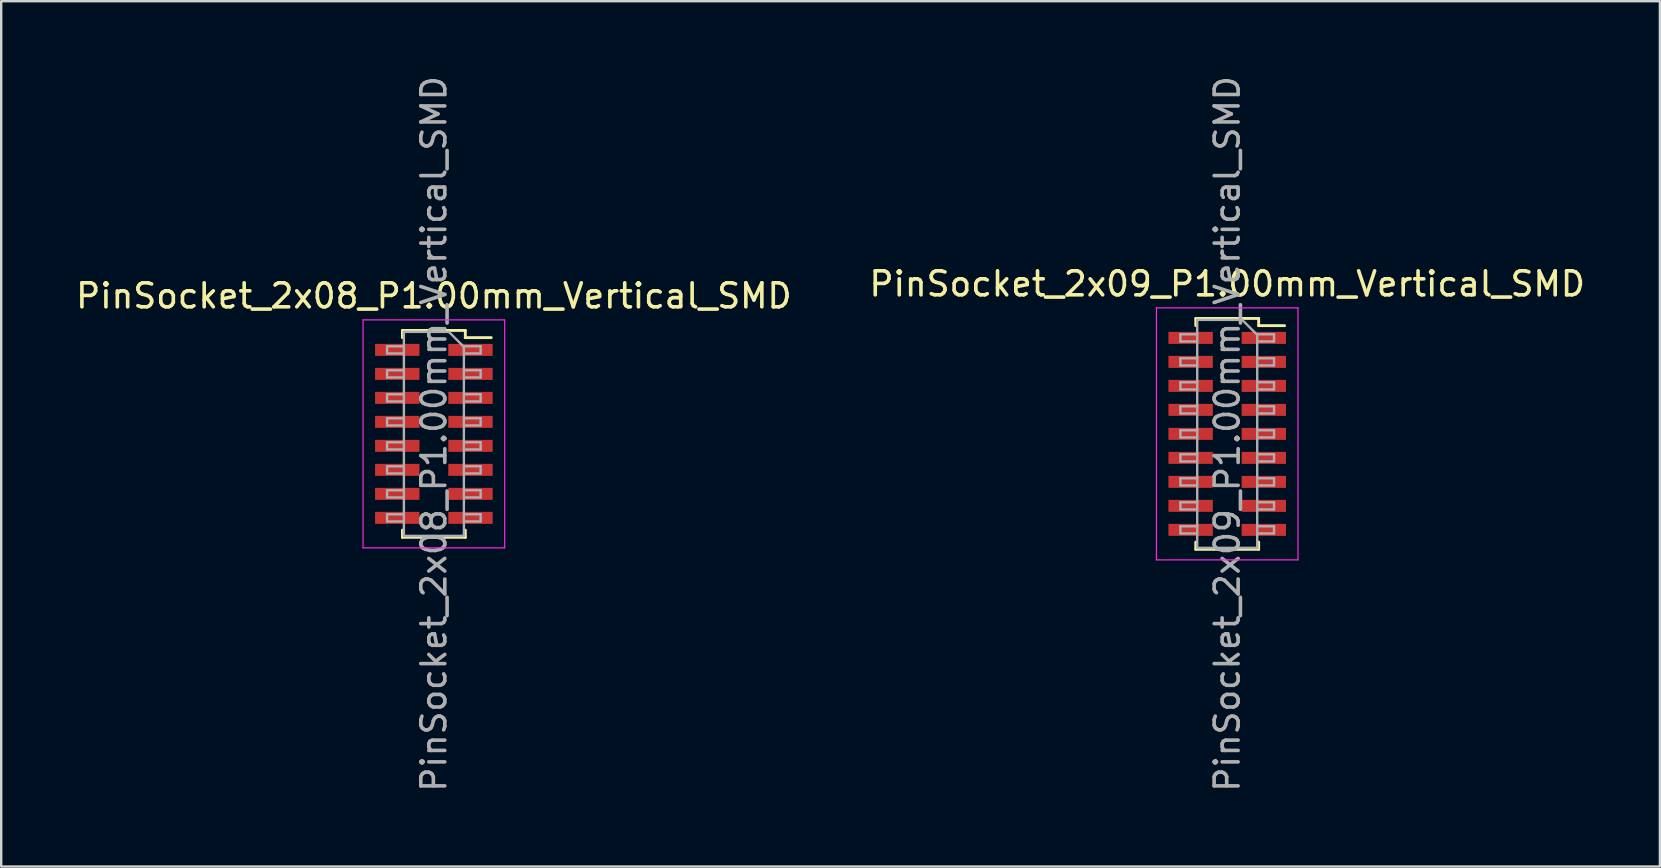
<source format=kicad_pcb>
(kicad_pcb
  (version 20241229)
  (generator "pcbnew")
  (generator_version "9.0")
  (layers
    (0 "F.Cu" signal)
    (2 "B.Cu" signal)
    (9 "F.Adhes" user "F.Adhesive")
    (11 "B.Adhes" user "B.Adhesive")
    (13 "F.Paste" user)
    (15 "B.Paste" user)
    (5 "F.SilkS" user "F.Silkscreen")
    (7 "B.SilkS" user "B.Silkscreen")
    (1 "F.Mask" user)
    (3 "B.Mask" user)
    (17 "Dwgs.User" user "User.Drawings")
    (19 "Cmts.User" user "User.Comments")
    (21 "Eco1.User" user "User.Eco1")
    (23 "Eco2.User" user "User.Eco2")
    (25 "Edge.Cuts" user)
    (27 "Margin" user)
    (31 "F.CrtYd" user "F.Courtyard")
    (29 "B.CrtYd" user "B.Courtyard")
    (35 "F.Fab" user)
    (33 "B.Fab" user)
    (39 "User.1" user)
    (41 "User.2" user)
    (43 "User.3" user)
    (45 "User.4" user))
  (footprint "PinSocket_2x09_P1.00mm_Vertical_SMD"
    (layer "F.Cu")
    (at 48.089 15.03)
    (property "Reference" "PinSocket_2x09_P1.00mm_Vertical_SMD" (at 0 -6.25 0) (layer "F.SilkS") (effects (font (size 1 1) (thickness 0.15))))
    (attr smd)
    (fp_line (start -1.31 -4.81) (end -1.31 -4.51) (stroke (width 0.12) (type solid)) (layer "F.SilkS"))
    (fp_line (start -1.31 -4.81) (end 1.31 -4.81) (stroke (width 0.12) (type solid)) (layer "F.SilkS"))
    (fp_line (start -1.31 4.51) (end -1.31 4.81) (stroke (width 0.12) (type solid)) (layer "F.SilkS"))
    (fp_line (start -1.31 4.81) (end 1.31 4.81) (stroke (width 0.12) (type solid)) (layer "F.SilkS"))
    (fp_line (start 1.31 -4.81) (end 1.31 -4.51) (stroke (width 0.12) (type solid)) (layer "F.SilkS"))
    (fp_line (start 1.31 -4.51) (end 2.39 -4.51) (stroke (width 0.12) (type solid)) (layer "F.SilkS"))
    (fp_line (start 1.31 4.51) (end 1.31 4.81) (stroke (width 0.12) (type solid)) (layer "F.SilkS"))
    (fp_line (start -2.95 -5.25) (end 2.95 -5.25) (stroke (width 0.05) (type solid)) (layer "F.CrtYd"))
    (fp_line (start -2.95 5.25) (end -2.95 -5.25) (stroke (width 0.05) (type solid)) (layer "F.CrtYd"))
    (fp_line (start 2.95 -5.25) (end 2.95 5.25) (stroke (width 0.05) (type solid)) (layer "F.CrtYd"))
    (fp_line (start 2.95 5.25) (end -2.95 5.25) (stroke (width 0.05) (type solid)) (layer "F.CrtYd"))
    (fp_line (start -1.95 -4.15) (end -1.25 -4.15) (stroke (width 0.1) (type solid)) (layer "F.Fab"))
    (fp_line (start -1.95 -3.85) (end -1.95 -4.15) (stroke (width 0.1) (type solid)) (layer "F.Fab"))
    (fp_line (start -1.95 -3.15) (end -1.25 -3.15) (stroke (width 0.1) (type solid)) (layer "F.Fab"))
    (fp_line (start -1.95 -2.85) (end -1.95 -3.15) (stroke (width 0.1) (type solid)) (layer "F.Fab"))
    (fp_line (start -1.95 -2.15) (end -1.25 -2.15) (stroke (width 0.1) (type solid)) (layer "F.Fab"))
    (fp_line (start -1.95 -1.85) (end -1.95 -2.15) (stroke (width 0.1) (type solid)) (layer "F.Fab"))
    (fp_line (start -1.95 -1.15) (end -1.25 -1.15) (stroke (width 0.1) (type solid)) (layer "F.Fab"))
    (fp_line (start -1.95 -0.85) (end -1.95 -1.15) (stroke (width 0.1) (type solid)) (layer "F.Fab"))
    (fp_line (start -1.95 -0.15) (end -1.25 -0.15) (stroke (width 0.1) (type solid)) (layer "F.Fab"))
    (fp_line (start -1.95 0.15) (end -1.95 -0.15) (stroke (width 0.1) (type solid)) (layer "F.Fab"))
    (fp_line (start -1.95 0.85) (end -1.25 0.85) (stroke (width 0.1) (type solid)) (layer "F.Fab"))
    (fp_line (start -1.95 1.15) (end -1.95 0.85) (stroke (width 0.1) (type solid)) (layer "F.Fab"))
    (fp_line (start -1.95 1.85) (end -1.25 1.85) (stroke (width 0.1) (type solid)) (layer "F.Fab"))
    (fp_line (start -1.95 2.15) (end -1.95 1.85) (stroke (width 0.1) (type solid)) (layer "F.Fab"))
    (fp_line (start -1.95 2.85) (end -1.25 2.85) (stroke (width 0.1) (type solid)) (layer "F.Fab"))
    (fp_line (start -1.95 3.15) (end -1.95 2.85) (stroke (width 0.1) (type solid)) (layer "F.Fab"))
    (fp_line (start -1.95 3.85) (end -1.25 3.85) (stroke (width 0.1) (type solid)) (layer "F.Fab"))
    (fp_line (start -1.95 4.15) (end -1.95 3.85) (stroke (width 0.1) (type solid)) (layer "F.Fab"))
    (fp_line (start -1.25 -4.75) (end 0.625 -4.75) (stroke (width 0.1) (type solid)) (layer "F.Fab"))
    (fp_line (start -1.25 -3.85) (end -1.95 -3.85) (stroke (width 0.1) (type solid)) (layer "F.Fab"))
    (fp_line (start -1.25 -2.85) (end -1.95 -2.85) (stroke (width 0.1) (type solid)) (layer "F.Fab"))
    (fp_line (start -1.25 -1.85) (end -1.95 -1.85) (stroke (width 0.1) (type solid)) (layer "F.Fab"))
    (fp_line (start -1.25 -0.85) (end -1.95 -0.85) (stroke (width 0.1) (type solid)) (layer "F.Fab"))
    (fp_line (start -1.25 0.15) (end -1.95 0.15) (stroke (width 0.1) (type solid)) (layer "F.Fab"))
    (fp_line (start -1.25 1.15) (end -1.95 1.15) (stroke (width 0.1) (type solid)) (layer "F.Fab"))
    (fp_line (start -1.25 2.15) (end -1.95 2.15) (stroke (width 0.1) (type solid)) (layer "F.Fab"))
    (fp_line (start -1.25 3.15) (end -1.95 3.15) (stroke (width 0.1) (type solid)) (layer "F.Fab"))
    (fp_line (start -1.25 4.15) (end -1.95 4.15) (stroke (width 0.1) (type solid)) (layer "F.Fab"))
    (fp_line (start -1.25 4.75) (end -1.25 -4.75) (stroke (width 0.1) (type solid)) (layer "F.Fab"))
    (fp_line (start 0.625 -4.75) (end 1.25 -4.125) (stroke (width 0.1) (type solid)) (layer "F.Fab"))
    (fp_line (start 1.25 -4.15) (end 1.95 -4.15) (stroke (width 0.1) (type solid)) (layer "F.Fab"))
    (fp_line (start 1.25 -4.125) (end 1.25 4.75) (stroke (width 0.1) (type solid)) (layer "F.Fab"))
    (fp_line (start 1.25 -3.15) (end 1.95 -3.15) (stroke (width 0.1) (type solid)) (layer "F.Fab"))
    (fp_line (start 1.25 -2.15) (end 1.95 -2.15) (stroke (width 0.1) (type solid)) (layer "F.Fab"))
    (fp_line (start 1.25 -1.15) (end 1.95 -1.15) (stroke (width 0.1) (type solid)) (layer "F.Fab"))
    (fp_line (start 1.25 -0.15) (end 1.95 -0.15) (stroke (width 0.1) (type solid)) (layer "F.Fab"))
    (fp_line (start 1.25 0.85) (end 1.95 0.85) (stroke (width 0.1) (type solid)) (layer "F.Fab"))
    (fp_line (start 1.25 1.85) (end 1.95 1.85) (stroke (width 0.1) (type solid)) (layer "F.Fab"))
    (fp_line (start 1.25 2.85) (end 1.95 2.85) (stroke (width 0.1) (type solid)) (layer "F.Fab"))
    (fp_line (start 1.25 3.85) (end 1.95 3.85) (stroke (width 0.1) (type solid)) (layer "F.Fab"))
    (fp_line (start 1.25 4.75) (end -1.25 4.75) (stroke (width 0.1) (type solid)) (layer "F.Fab"))
    (fp_line (start 1.95 -4.15) (end 1.95 -3.85) (stroke (width 0.1) (type solid)) (layer "F.Fab"))
    (fp_line (start 1.95 -3.85) (end 1.25 -3.85) (stroke (width 0.1) (type solid)) (layer "F.Fab"))
    (fp_line (start 1.95 -3.15) (end 1.95 -2.85) (stroke (width 0.1) (type solid)) (layer "F.Fab"))
    (fp_line (start 1.95 -2.85) (end 1.25 -2.85) (stroke (width 0.1) (type solid)) (layer "F.Fab"))
    (fp_line (start 1.95 -2.15) (end 1.95 -1.85) (stroke (width 0.1) (type solid)) (layer "F.Fab"))
    (fp_line (start 1.95 -1.85) (end 1.25 -1.85) (stroke (width 0.1) (type solid)) (layer "F.Fab"))
    (fp_line (start 1.95 -1.15) (end 1.95 -0.85) (stroke (width 0.1) (type solid)) (layer "F.Fab"))
    (fp_line (start 1.95 -0.85) (end 1.25 -0.85) (stroke (width 0.1) (type solid)) (layer "F.Fab"))
    (fp_line (start 1.95 -0.15) (end 1.95 0.15) (stroke (width 0.1) (type solid)) (layer "F.Fab"))
    (fp_line (start 1.95 0.15) (end 1.25 0.15) (stroke (width 0.1) (type solid)) (layer "F.Fab"))
    (fp_line (start 1.95 0.85) (end 1.95 1.15) (stroke (width 0.1) (type solid)) (layer "F.Fab"))
    (fp_line (start 1.95 1.15) (end 1.25 1.15) (stroke (width 0.1) (type solid)) (layer "F.Fab"))
    (fp_line (start 1.95 1.85) (end 1.95 2.15) (stroke (width 0.1) (type solid)) (layer "F.Fab"))
    (fp_line (start 1.95 2.15) (end 1.25 2.15) (stroke (width 0.1) (type solid)) (layer "F.Fab"))
    (fp_line (start 1.95 2.85) (end 1.95 3.15) (stroke (width 0.1) (type solid)) (layer "F.Fab"))
    (fp_line (start 1.95 3.15) (end 1.25 3.15) (stroke (width 0.1) (type solid)) (layer "F.Fab"))
    (fp_line (start 1.95 3.85) (end 1.95 4.15) (stroke (width 0.1) (type solid)) (layer "F.Fab"))
    (fp_line (start 1.95 4.15) (end 1.25 4.15) (stroke (width 0.1) (type solid)) (layer "F.Fab"))
    (fp_text user "${REFERENCE}" (at 0 0 90) (layer "F.Fab") (effects (font (size 1 1) (thickness 0.15))))
    (pad "1" smd rect (at 1.525 -4) (size 1.85 0.5) (layers "F.Cu" "F.Mask" "F.Paste"))
    (pad "2" smd rect (at -1.525 -4) (size 1.85 0.5) (layers "F.Cu" "F.Mask" "F.Paste"))
    (pad "3" smd rect (at 1.525 -3) (size 1.85 0.5) (layers "F.Cu" "F.Mask" "F.Paste"))
    (pad "4" smd rect (at -1.525 -3) (size 1.85 0.5) (layers "F.Cu" "F.Mask" "F.Paste"))
    (pad "5" smd rect (at 1.525 -2) (size 1.85 0.5) (layers "F.Cu" "F.Mask" "F.Paste"))
    (pad "6" smd rect (at -1.525 -2) (size 1.85 0.5) (layers "F.Cu" "F.Mask" "F.Paste"))
    (pad "7" smd rect (at 1.525 -1) (size 1.85 0.5) (layers "F.Cu" "F.Mask" "F.Paste"))
    (pad "8" smd rect (at -1.525 -1) (size 1.85 0.5) (layers "F.Cu" "F.Mask" "F.Paste"))
    (pad "9" smd rect (at 1.525 0) (size 1.85 0.5) (layers "F.Cu" "F.Mask" "F.Paste"))
    (pad "10" smd rect (at -1.525 0) (size 1.85 0.5) (layers "F.Cu" "F.Mask" "F.Paste"))
    (pad "11" smd rect (at 1.525 1) (size 1.85 0.5) (layers "F.Cu" "F.Mask" "F.Paste"))
    (pad "12" smd rect (at -1.525 1) (size 1.85 0.5) (layers "F.Cu" "F.Mask" "F.Paste"))
    (pad "13" smd rect (at 1.525 2) (size 1.85 0.5) (layers "F.Cu" "F.Mask" "F.Paste"))
    (pad "14" smd rect (at -1.525 2) (size 1.85 0.5) (layers "F.Cu" "F.Mask" "F.Paste"))
    (pad "15" smd rect (at 1.525 3) (size 1.85 0.5) (layers "F.Cu" "F.Mask" "F.Paste"))
    (pad "16" smd rect (at -1.525 3) (size 1.85 0.5) (layers "F.Cu" "F.Mask" "F.Paste"))
    (pad "17" smd rect (at 1.525 4) (size 1.85 0.5) (layers "F.Cu" "F.Mask" "F.Paste"))
    (pad "18" smd rect (at -1.525 4) (size 1.85 0.5) (layers "F.Cu" "F.Mask" "F.Paste")))
  (footprint "PinSocket_2x08_P1.00mm_Vertical_SMD"
    (layer "F.Cu")
    (at 15.03 15.03)
    (property "Reference" "PinSocket_2x08_P1.00mm_Vertical_SMD" (at 0 -5.75 0) (layer "F.SilkS") (effects (font (size 1 1) (thickness 0.15))))
    (attr smd)
    (fp_line (start -1.31 -4.31) (end -1.31 -4.01) (stroke (width 0.12) (type solid)) (layer "F.SilkS"))
    (fp_line (start -1.31 -4.31) (end 1.31 -4.31) (stroke (width 0.12) (type solid)) (layer "F.SilkS"))
    (fp_line (start -1.31 4.01) (end -1.31 4.31) (stroke (width 0.12) (type solid)) (layer "F.SilkS"))
    (fp_line (start -1.31 4.31) (end 1.31 4.31) (stroke (width 0.12) (type solid)) (layer "F.SilkS"))
    (fp_line (start 1.31 -4.31) (end 1.31 -4.01) (stroke (width 0.12) (type solid)) (layer "F.SilkS"))
    (fp_line (start 1.31 -4.01) (end 2.39 -4.01) (stroke (width 0.12) (type solid)) (layer "F.SilkS"))
    (fp_line (start 1.31 4.01) (end 1.31 4.31) (stroke (width 0.12) (type solid)) (layer "F.SilkS"))
    (fp_line (start -2.95 -4.75) (end 2.95 -4.75) (stroke (width 0.05) (type solid)) (layer "F.CrtYd"))
    (fp_line (start -2.95 4.75) (end -2.95 -4.75) (stroke (width 0.05) (type solid)) (layer "F.CrtYd"))
    (fp_line (start 2.95 -4.75) (end 2.95 4.75) (stroke (width 0.05) (type solid)) (layer "F.CrtYd"))
    (fp_line (start 2.95 4.75) (end -2.95 4.75) (stroke (width 0.05) (type solid)) (layer "F.CrtYd"))
    (fp_line (start -1.95 -3.65) (end -1.25 -3.65) (stroke (width 0.1) (type solid)) (layer "F.Fab"))
    (fp_line (start -1.95 -3.35) (end -1.95 -3.65) (stroke (width 0.1) (type solid)) (layer "F.Fab"))
    (fp_line (start -1.95 -2.65) (end -1.25 -2.65) (stroke (width 0.1) (type solid)) (layer "F.Fab"))
    (fp_line (start -1.95 -2.35) (end -1.95 -2.65) (stroke (width 0.1) (type solid)) (layer "F.Fab"))
    (fp_line (start -1.95 -1.65) (end -1.25 -1.65) (stroke (width 0.1) (type solid)) (layer "F.Fab"))
    (fp_line (start -1.95 -1.35) (end -1.95 -1.65) (stroke (width 0.1) (type solid)) (layer "F.Fab"))
    (fp_line (start -1.95 -0.65) (end -1.25 -0.65) (stroke (width 0.1) (type solid)) (layer "F.Fab"))
    (fp_line (start -1.95 -0.35) (end -1.95 -0.65) (stroke (width 0.1) (type solid)) (layer "F.Fab"))
    (fp_line (start -1.95 0.35) (end -1.25 0.35) (stroke (width 0.1) (type solid)) (layer "F.Fab"))
    (fp_line (start -1.95 0.65) (end -1.95 0.35) (stroke (width 0.1) (type solid)) (layer "F.Fab"))
    (fp_line (start -1.95 1.35) (end -1.25 1.35) (stroke (width 0.1) (type solid)) (layer "F.Fab"))
    (fp_line (start -1.95 1.65) (end -1.95 1.35) (stroke (width 0.1) (type solid)) (layer "F.Fab"))
    (fp_line (start -1.95 2.35) (end -1.25 2.35) (stroke (width 0.1) (type solid)) (layer "F.Fab"))
    (fp_line (start -1.95 2.65) (end -1.95 2.35) (stroke (width 0.1) (type solid)) (layer "F.Fab"))
    (fp_line (start -1.95 3.35) (end -1.25 3.35) (stroke (width 0.1) (type solid)) (layer "F.Fab"))
    (fp_line (start -1.95 3.65) (end -1.95 3.35) (stroke (width 0.1) (type solid)) (layer "F.Fab"))
    (fp_line (start -1.25 -4.25) (end 0.625 -4.25) (stroke (width 0.1) (type solid)) (layer "F.Fab"))
    (fp_line (start -1.25 -3.35) (end -1.95 -3.35) (stroke (width 0.1) (type solid)) (layer "F.Fab"))
    (fp_line (start -1.25 -2.35) (end -1.95 -2.35) (stroke (width 0.1) (type solid)) (layer "F.Fab"))
    (fp_line (start -1.25 -1.35) (end -1.95 -1.35) (stroke (width 0.1) (type solid)) (layer "F.Fab"))
    (fp_line (start -1.25 -0.35) (end -1.95 -0.35) (stroke (width 0.1) (type solid)) (layer "F.Fab"))
    (fp_line (start -1.25 0.65) (end -1.95 0.65) (stroke (width 0.1) (type solid)) (layer "F.Fab"))
    (fp_line (start -1.25 1.65) (end -1.95 1.65) (stroke (width 0.1) (type solid)) (layer "F.Fab"))
    (fp_line (start -1.25 2.65) (end -1.95 2.65) (stroke (width 0.1) (type solid)) (layer "F.Fab"))
    (fp_line (start -1.25 3.65) (end -1.95 3.65) (stroke (width 0.1) (type solid)) (layer "F.Fab"))
    (fp_line (start -1.25 4.25) (end -1.25 -4.25) (stroke (width 0.1) (type solid)) (layer "F.Fab"))
    (fp_line (start 0.625 -4.25) (end 1.25 -3.625) (stroke (width 0.1) (type solid)) (layer "F.Fab"))
    (fp_line (start 1.25 -3.65) (end 1.95 -3.65) (stroke (width 0.1) (type solid)) (layer "F.Fab"))
    (fp_line (start 1.25 -3.625) (end 1.25 4.25) (stroke (width 0.1) (type solid)) (layer "F.Fab"))
    (fp_line (start 1.25 -2.65) (end 1.95 -2.65) (stroke (width 0.1) (type solid)) (layer "F.Fab"))
    (fp_line (start 1.25 -1.65) (end 1.95 -1.65) (stroke (width 0.1) (type solid)) (layer "F.Fab"))
    (fp_line (start 1.25 -0.65) (end 1.95 -0.65) (stroke (width 0.1) (type solid)) (layer "F.Fab"))
    (fp_line (start 1.25 0.35) (end 1.95 0.35) (stroke (width 0.1) (type solid)) (layer "F.Fab"))
    (fp_line (start 1.25 1.35) (end 1.95 1.35) (stroke (width 0.1) (type solid)) (layer "F.Fab"))
    (fp_line (start 1.25 2.35) (end 1.95 2.35) (stroke (width 0.1) (type solid)) (layer "F.Fab"))
    (fp_line (start 1.25 3.35) (end 1.95 3.35) (stroke (width 0.1) (type solid)) (layer "F.Fab"))
    (fp_line (start 1.25 4.25) (end -1.25 4.25) (stroke (width 0.1) (type solid)) (layer "F.Fab"))
    (fp_line (start 1.95 -3.65) (end 1.95 -3.35) (stroke (width 0.1) (type solid)) (layer "F.Fab"))
    (fp_line (start 1.95 -3.35) (end 1.25 -3.35) (stroke (width 0.1) (type solid)) (layer "F.Fab"))
    (fp_line (start 1.95 -2.65) (end 1.95 -2.35) (stroke (width 0.1) (type solid)) (layer "F.Fab"))
    (fp_line (start 1.95 -2.35) (end 1.25 -2.35) (stroke (width 0.1) (type solid)) (layer "F.Fab"))
    (fp_line (start 1.95 -1.65) (end 1.95 -1.35) (stroke (width 0.1) (type solid)) (layer "F.Fab"))
    (fp_line (start 1.95 -1.35) (end 1.25 -1.35) (stroke (width 0.1) (type solid)) (layer "F.Fab"))
    (fp_line (start 1.95 -0.65) (end 1.95 -0.35) (stroke (width 0.1) (type solid)) (layer "F.Fab"))
    (fp_line (start 1.95 -0.35) (end 1.25 -0.35) (stroke (width 0.1) (type solid)) (layer "F.Fab"))
    (fp_line (start 1.95 0.35) (end 1.95 0.65) (stroke (width 0.1) (type solid)) (layer "F.Fab"))
    (fp_line (start 1.95 0.65) (end 1.25 0.65) (stroke (width 0.1) (type solid)) (layer "F.Fab"))
    (fp_line (start 1.95 1.35) (end 1.95 1.65) (stroke (width 0.1) (type solid)) (layer "F.Fab"))
    (fp_line (start 1.95 1.65) (end 1.25 1.65) (stroke (width 0.1) (type solid)) (layer "F.Fab"))
    (fp_line (start 1.95 2.35) (end 1.95 2.65) (stroke (width 0.1) (type solid)) (layer "F.Fab"))
    (fp_line (start 1.95 2.65) (end 1.25 2.65) (stroke (width 0.1) (type solid)) (layer "F.Fab"))
    (fp_line (start 1.95 3.35) (end 1.95 3.65) (stroke (width 0.1) (type solid)) (layer "F.Fab"))
    (fp_line (start 1.95 3.65) (end 1.25 3.65) (stroke (width 0.1) (type solid)) (layer "F.Fab"))
    (fp_text user "${REFERENCE}" (at 0 0 90) (layer "F.Fab") (effects (font (size 1 1) (thickness 0.15))))
    (pad "1" smd rect (at 1.525 -3.5) (size 1.85 0.5) (layers "F.Cu" "F.Mask" "F.Paste"))
    (pad "2" smd rect (at -1.525 -3.5) (size 1.85 0.5) (layers "F.Cu" "F.Mask" "F.Paste"))
    (pad "3" smd rect (at 1.525 -2.5) (size 1.85 0.5) (layers "F.Cu" "F.Mask" "F.Paste"))
    (pad "4" smd rect (at -1.525 -2.5) (size 1.85 0.5) (layers "F.Cu" "F.Mask" "F.Paste"))
    (pad "5" smd rect (at 1.525 -1.5) (size 1.85 0.5) (layers "F.Cu" "F.Mask" "F.Paste"))
    (pad "6" smd rect (at -1.525 -1.5) (size 1.85 0.5) (layers "F.Cu" "F.Mask" "F.Paste"))
    (pad "7" smd rect (at 1.525 -0.5) (size 1.85 0.5) (layers "F.Cu" "F.Mask" "F.Paste"))
    (pad "8" smd rect (at -1.525 -0.5) (size 1.85 0.5) (layers "F.Cu" "F.Mask" "F.Paste"))
    (pad "9" smd rect (at 1.525 0.5) (size 1.85 0.5) (layers "F.Cu" "F.Mask" "F.Paste"))
    (pad "10" smd rect (at -1.525 0.5) (size 1.85 0.5) (layers "F.Cu" "F.Mask" "F.Paste"))
    (pad "11" smd rect (at 1.525 1.5) (size 1.85 0.5) (layers "F.Cu" "F.Mask" "F.Paste"))
    (pad "12" smd rect (at -1.525 1.5) (size 1.85 0.5) (layers "F.Cu" "F.Mask" "F.Paste"))
    (pad "13" smd rect (at 1.525 2.5) (size 1.85 0.5) (layers "F.Cu" "F.Mask" "F.Paste"))
    (pad "14" smd rect (at -1.525 2.5) (size 1.85 0.5) (layers "F.Cu" "F.Mask" "F.Paste"))
    (pad "15" smd rect (at 1.525 3.5) (size 1.85 0.5) (layers "F.Cu" "F.Mask" "F.Paste"))
    (pad "16" smd rect (at -1.525 3.5) (size 1.85 0.5) (layers "F.Cu" "F.Mask" "F.Paste")))
  (gr_rect
    (start -3 -3)
    (end 66.119 33.06)
    (stroke (width 0.1) (type default))
    (fill no)
    (layer "Edge.Cuts")))
</source>
